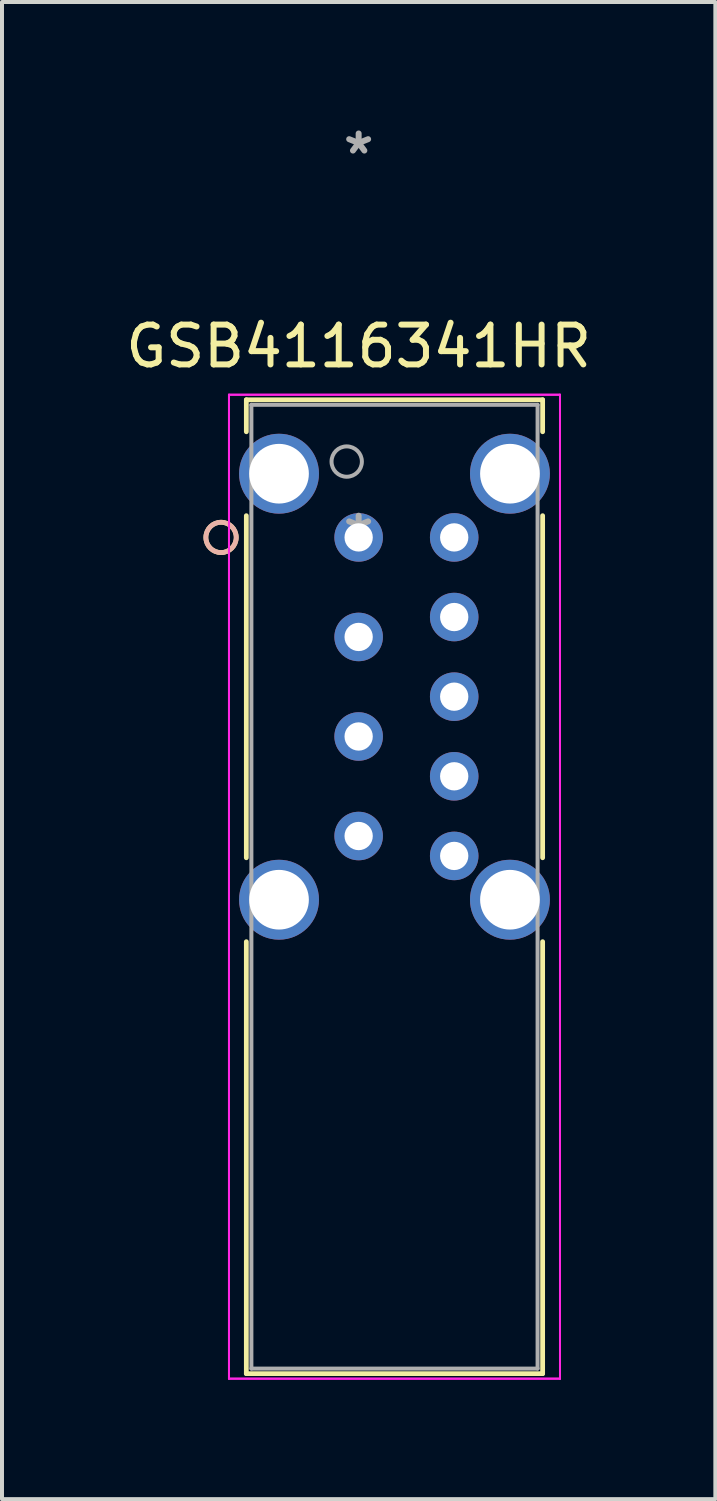
<source format=kicad_pcb>
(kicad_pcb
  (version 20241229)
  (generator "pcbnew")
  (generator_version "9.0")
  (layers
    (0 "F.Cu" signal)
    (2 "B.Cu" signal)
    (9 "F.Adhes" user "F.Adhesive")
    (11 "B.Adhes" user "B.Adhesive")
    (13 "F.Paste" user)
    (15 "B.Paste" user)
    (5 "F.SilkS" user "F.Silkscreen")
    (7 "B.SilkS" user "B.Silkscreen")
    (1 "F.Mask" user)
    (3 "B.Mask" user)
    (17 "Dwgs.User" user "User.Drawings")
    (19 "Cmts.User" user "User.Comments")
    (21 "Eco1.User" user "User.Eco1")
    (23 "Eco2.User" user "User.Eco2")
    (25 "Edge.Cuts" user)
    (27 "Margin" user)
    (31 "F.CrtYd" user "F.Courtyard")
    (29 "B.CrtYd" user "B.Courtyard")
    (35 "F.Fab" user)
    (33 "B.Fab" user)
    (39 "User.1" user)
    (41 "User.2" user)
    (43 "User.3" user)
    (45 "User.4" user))
  (footprint "GSB4116341HR"
    (layer "F.Cu")
    (at 5.958 10.448)
    (property "Reference" "GSB4116341HR" (at 0 -4.8 0) (layer "F.SilkS") (effects (font (size 1 1) (thickness 0.15))))
    (attr through_hole)
    (fp_line (start -2.821 -3.457) (end -2.821 -2.654) (stroke (width 0.12) (type solid)) (layer "F.SilkS"))
    (fp_line (start -2.821 -0.546) (end -2.821 8.046) (stroke (width 0.12) (type solid)) (layer "F.SilkS"))
    (fp_line (start -2.821 10.154) (end -2.821 21.003) (stroke (width 0.12) (type solid)) (layer "F.SilkS"))
    (fp_line (start -2.821 21.003) (end 4.621 21.003) (stroke (width 0.12) (type solid)) (layer "F.SilkS"))
    (fp_line (start 4.621 -3.457) (end -2.821 -3.457) (stroke (width 0.12) (type solid)) (layer "F.SilkS"))
    (fp_line (start 4.621 -2.654) (end 4.621 -3.457) (stroke (width 0.12) (type solid)) (layer "F.SilkS"))
    (fp_line (start 4.621 8.046) (end 4.621 -0.546) (stroke (width 0.12) (type solid)) (layer "F.SilkS"))
    (fp_line (start 4.621 21.003) (end 4.621 10.154) (stroke (width 0.12) (type solid)) (layer "F.SilkS"))
    (fp_circle (center -3.456 0) (end -3.075 0) (stroke (width 0.12) (type solid)) (fill no) (layer "F.SilkS"))
    (fp_circle (center -3.456 0) (end -3.075 0) (stroke (width 0.12) (type solid)) (fill no) (layer "B.SilkS"))
    (fp_line (start -3.257 -3.584) (end -3.257 21.13) (stroke (width 0.05) (type solid)) (layer "F.CrtYd"))
    (fp_line (start -3.257 -3.584) (end -3.257 21.13) (stroke (width 0.05) (type solid)) (layer "F.CrtYd"))
    (fp_line (start -3.257 21.13) (end 5.057 21.13) (stroke (width 0.05) (type solid)) (layer "F.CrtYd"))
    (fp_line (start -3.257 21.13) (end 5.057 21.13) (stroke (width 0.05) (type solid)) (layer "F.CrtYd"))
    (fp_line (start 5.057 -3.584) (end -3.257 -3.584) (stroke (width 0.05) (type solid)) (layer "F.CrtYd"))
    (fp_line (start 5.057 -3.584) (end -3.257 -3.584) (stroke (width 0.05) (type solid)) (layer "F.CrtYd"))
    (fp_line (start 5.057 21.13) (end 5.057 -3.584) (stroke (width 0.05) (type solid)) (layer "F.CrtYd"))
    (fp_line (start 5.057 21.13) (end 5.057 -3.584) (stroke (width 0.05) (type solid)) (layer "F.CrtYd"))
    (fp_line (start -2.694 -3.33) (end -2.694 20.876) (stroke (width 0.1) (type solid)) (layer "F.Fab"))
    (fp_line (start -2.694 20.876) (end 4.494 20.876) (stroke (width 0.1) (type solid)) (layer "F.Fab"))
    (fp_line (start 4.494 -3.33) (end -2.694 -3.33) (stroke (width 0.1) (type solid)) (layer "F.Fab"))
    (fp_line (start 4.494 20.876) (end 4.494 -3.33) (stroke (width 0.1) (type solid)) (layer "F.Fab"))
    (fp_circle (center -0.3 -1.905) (end 0.081 -1.905) (stroke (width 0.1) (type solid)) (fill no) (layer "F.Fab"))
    (fp_text user "*" (at 0 -9.6 0) (layer "F.Fab") (effects (font (size 1 1) (thickness 0.15))))
    (fp_text user "*" (at 0 0 0) (layer "F.Fab") (effects (font (size 1 1) (thickness 0.15))))
    (pad "1" thru_hole circle (at 0 0) (size 1.219 1.219) (drill 0.711) (layers "*.Cu" "*.Mask"))
    (pad "2" thru_hole circle (at 0 2.5) (size 1.219 1.219) (drill 0.711) (layers "*.Cu" "*.Mask"))
    (pad "3" thru_hole circle (at 0 5) (size 1.219 1.219) (drill 0.711) (layers "*.Cu" "*.Mask"))
    (pad "4" thru_hole circle (at 0 7.5) (size 1.219 1.219) (drill 0.711) (layers "*.Cu" "*.Mask"))
    (pad "5" thru_hole circle (at 2.4 8) (size 1.219 1.219) (drill 0.711) (layers "*.Cu" "*.Mask"))
    (pad "6" thru_hole circle (at 2.4 6) (size 1.219 1.219) (drill 0.711) (layers "*.Cu" "*.Mask"))
    (pad "7" thru_hole circle (at 2.4 4) (size 1.219 1.219) (drill 0.711) (layers "*.Cu" "*.Mask"))
    (pad "8" thru_hole circle (at 2.4 2) (size 1.219 1.219) (drill 0.711) (layers "*.Cu" "*.Mask"))
    (pad "9" thru_hole circle (at 2.4 0) (size 1.219 1.219) (drill 0.711) (layers "*.Cu" "*.Mask"))
    (pad "10" thru_hole circle (at -2 -1.6) (size 2.007 2.007) (drill 1.499) (layers "*.Cu" "*.Mask"))
    (pad "10" thru_hole circle (at -2 9.1) (size 2.007 2.007) (drill 1.499) (layers "*.Cu" "*.Mask"))
    (pad "10" thru_hole circle (at 3.8 9.1) (size 2.007 2.007) (drill 1.499) (layers "*.Cu" "*.Mask"))
    (pad "10" thru_hole circle (at 3.8 -1.6) (size 2.007 2.007) (drill 1.499) (layers "*.Cu" "*.Mask")))
  (gr_rect
    (start -3 -3)
    (end 14.917 34.603)
    (stroke (width 0.1) (type default))
    (fill no)
    (layer "Edge.Cuts")))
</source>
